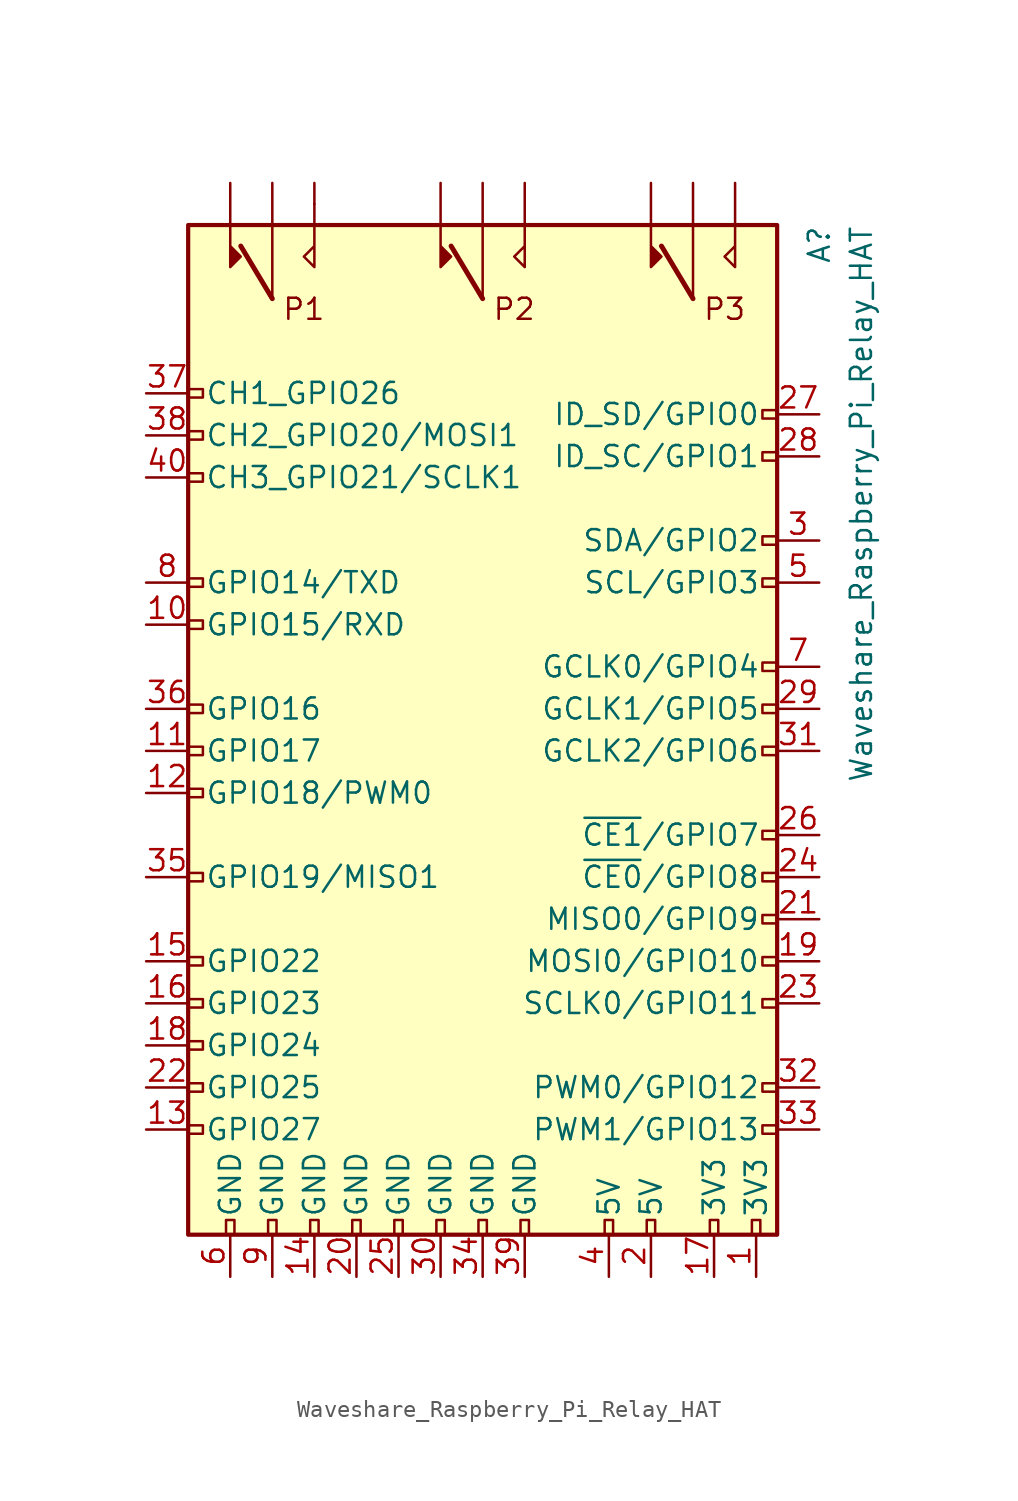
<source format=kicad_sym>
(kicad_symbol_lib
  (version 20211014)
  (generator kicad_symbol_editor)
  (symbol "Waveshare_Raspberry_Pi_Relay_HAT"
    (pin_names
      (offset 1.016))
    (property "Reference" "A"
      (at 20.32 30.48 90)
      (effects (font (size 1.27 1.27)) (justify right)))
    (property "Value" "Waveshare_Raspberry_Pi_Relay_HAT"
      (at 22.86 30.48 90)
      (effects (font (size 1.27 1.27)) (justify right)))
    (symbol "Waveshare_Raspberry_Pi_Relay_HAT_0_0"
      (text "P1" (at -10.795 25.4 0) (effects (font (size 1.27 1.27))))
      (text "P2" (at 1.905 25.4 0) (effects (font (size 1.27 1.27))))
      (text "P3" (at 14.605 25.4 0) (effects (font (size 1.27 1.27)))))
    (symbol "Waveshare_Raspberry_Pi_Relay_HAT_0_1"
      (rectangle (start -17.78 30.48) (end 17.78 -30.48) (stroke (width 0.254) (type default) (color 0 0 0 0)) (fill (type background)))
      (polyline (pts (xy -14.605 29.21) (xy -12.7 26.035)) (stroke (width 0.3) (type default) (color 0 0 0 0)) (fill (type none)))
      (polyline (pts (xy -12.7 26.035) (xy -12.7 30.48)) (stroke (width 0) (type default) (color 0 0 0 0)) (fill (type none)))
      (polyline (pts (xy -10.16 31.75) (xy -10.16 31.75)) (stroke (width 0) (type default) (color 0 0 0 0)) (fill (type none)))
      (polyline (pts (xy -1.905 29.21) (xy 0 26.035)) (stroke (width 0.3) (type default) (color 0 0 0 0)) (fill (type none)))
      (polyline (pts (xy 0 26.035) (xy 0 30.48)) (stroke (width 0) (type default) (color 0 0 0 0)) (fill (type none)))
      (polyline (pts (xy 10.795 29.21) (xy 12.7 26.035)) (stroke (width 0.3) (type default) (color 0 0 0 0)) (fill (type none)))
      (polyline (pts (xy 12.7 26.035) (xy 12.7 30.48)) (stroke (width 0) (type default) (color 0 0 0 0)) (fill (type none)))
      (polyline (pts (xy -15.24 30.48) (xy -15.24 27.94) (xy -14.605 28.575) (xy -15.24 29.21)) (stroke (width 0) (type default) (color 0 0 0 0)) (fill (type outline)))
      (polyline (pts (xy -10.16 30.48) (xy -10.16 27.94) (xy -10.795 28.575) (xy -10.16 29.21)) (stroke (width 0) (type default) (color 0 0 0 0)) (fill (type none)))
      (polyline (pts (xy -2.54 30.48) (xy -2.54 27.94) (xy -1.905 28.575) (xy -2.54 29.21)) (stroke (width 0) (type default) (color 0 0 0 0)) (fill (type outline)))
      (polyline (pts (xy 2.54 30.48) (xy 2.54 27.94) (xy 1.905 28.575) (xy 2.54 29.21)) (stroke (width 0) (type default) (color 0 0 0 0)) (fill (type none)))
      (polyline (pts (xy 10.16 30.48) (xy 10.16 27.94) (xy 10.795 28.575) (xy 10.16 29.21)) (stroke (width 0) (type default) (color 0 0 0 0)) (fill (type outline)))
      (polyline (pts (xy 15.24 30.48) (xy 15.24 27.94) (xy 14.605 28.575) (xy 15.24 29.21)) (stroke (width 0) (type default) (color 0 0 0 0)) (fill (type none))))
    (symbol "Waveshare_Raspberry_Pi_Relay_HAT_1_1"
      (rectangle (start -16.891 -23.876) (end -17.78 -24.384) (stroke (width 0) (type default) (color 0 0 0 0)) (fill (type none)))
      (rectangle (start -16.891 -21.336) (end -17.78 -21.844) (stroke (width 0) (type default) (color 0 0 0 0)) (fill (type none)))
      (rectangle (start -16.891 -18.796) (end -17.78 -19.304) (stroke (width 0) (type default) (color 0 0 0 0)) (fill (type none)))
      (rectangle (start -16.891 -16.256) (end -17.78 -16.764) (stroke (width 0) (type default) (color 0 0 0 0)) (fill (type none)))
      (rectangle (start -16.891 -13.716) (end -17.78 -14.224) (stroke (width 0) (type default) (color 0 0 0 0)) (fill (type none)))
      (rectangle (start -16.891 -8.636) (end -17.78 -9.144) (stroke (width 0) (type default) (color 0 0 0 0)) (fill (type none)))
      (rectangle (start -16.891 -3.556) (end -17.78 -4.064) (stroke (width 0) (type default) (color 0 0 0 0)) (fill (type none)))
      (rectangle (start -16.891 -1.016) (end -17.78 -1.524) (stroke (width 0) (type default) (color 0 0 0 0)) (fill (type none)))
      (rectangle (start -16.891 1.524) (end -17.78 1.016) (stroke (width 0) (type default) (color 0 0 0 0)) (fill (type none)))
      (rectangle (start -16.891 6.604) (end -17.78 6.096) (stroke (width 0) (type default) (color 0 0 0 0)) (fill (type none)))
      (rectangle (start -16.891 9.144) (end -17.78 8.636) (stroke (width 0) (type default) (color 0 0 0 0)) (fill (type none)))
      (rectangle (start -16.891 15.494) (end -17.78 14.986) (stroke (width 0) (type default) (color 0 0 0 0)) (fill (type none)))
      (rectangle (start -16.891 18.034) (end -17.78 17.526) (stroke (width 0) (type default) (color 0 0 0 0)) (fill (type none)))
      (rectangle (start -16.891 20.574) (end -17.78 20.066) (stroke (width 0) (type default) (color 0 0 0 0)) (fill (type none)))
      (rectangle (start -15.494 -29.591) (end -14.986 -30.48) (stroke (width 0) (type default) (color 0 0 0 0)) (fill (type none)))
      (rectangle (start -12.954 -29.591) (end -12.446 -30.48) (stroke (width 0) (type default) (color 0 0 0 0)) (fill (type none)))
      (rectangle (start -10.414 -29.591) (end -9.906 -30.48) (stroke (width 0) (type default) (color 0 0 0 0)) (fill (type none)))
      (rectangle (start -7.874 -29.591) (end -7.366 -30.48) (stroke (width 0) (type default) (color 0 0 0 0)) (fill (type none)))
      (rectangle (start -5.334 -29.591) (end -4.826 -30.48) (stroke (width 0) (type default) (color 0 0 0 0)) (fill (type none)))
      (rectangle (start -2.794 -29.591) (end -2.286 -30.48) (stroke (width 0) (type default) (color 0 0 0 0)) (fill (type none)))
      (rectangle (start -0.254 -29.591) (end 0.254 -30.48) (stroke (width 0) (type default) (color 0 0 0 0)) (fill (type none)))
      (rectangle (start 2.286 -29.591) (end 2.794 -30.48) (stroke (width 0) (type default) (color 0 0 0 0)) (fill (type none)))
      (rectangle (start 7.874 -30.48) (end 7.366 -29.591) (stroke (width 0) (type default) (color 0 0 0 0)) (fill (type none)))
      (rectangle (start 10.414 -30.48) (end 9.906 -29.591) (stroke (width 0) (type default) (color 0 0 0 0)) (fill (type none)))
      (rectangle (start 14.224 -30.48) (end 13.716 -29.591) (stroke (width 0) (type default) (color 0 0 0 0)) (fill (type none)))
      (rectangle (start 16.764 -30.48) (end 16.256 -29.591) (stroke (width 0) (type default) (color 0 0 0 0)) (fill (type none)))
      (rectangle (start 17.78 -23.876) (end 16.891 -24.384) (stroke (width 0) (type default) (color 0 0 0 0)) (fill (type none)))
      (rectangle (start 17.78 -21.336) (end 16.891 -21.844) (stroke (width 0) (type default) (color 0 0 0 0)) (fill (type none)))
      (rectangle (start 17.78 -16.256) (end 16.891 -16.764) (stroke (width 0) (type default) (color 0 0 0 0)) (fill (type none)))
      (rectangle (start 17.78 -13.716) (end 16.891 -14.224) (stroke (width 0) (type default) (color 0 0 0 0)) (fill (type none)))
      (rectangle (start 17.78 -11.176) (end 16.891 -11.684) (stroke (width 0) (type default) (color 0 0 0 0)) (fill (type none)))
      (rectangle (start 17.78 -8.636) (end 16.891 -9.144) (stroke (width 0) (type default) (color 0 0 0 0)) (fill (type none)))
      (rectangle (start 17.78 -6.096) (end 16.891 -6.604) (stroke (width 0) (type default) (color 0 0 0 0)) (fill (type none)))
      (rectangle (start 17.78 -1.016) (end 16.891 -1.524) (stroke (width 0) (type default) (color 0 0 0 0)) (fill (type none)))
      (rectangle (start 17.78 1.524) (end 16.891 1.016) (stroke (width 0) (type default) (color 0 0 0 0)) (fill (type none)))
      (rectangle (start 17.78 4.064) (end 16.891 3.556) (stroke (width 0) (type default) (color 0 0 0 0)) (fill (type none)))
      (rectangle (start 17.78 9.144) (end 16.891 8.636) (stroke (width 0) (type default) (color 0 0 0 0)) (fill (type none)))
      (rectangle (start 17.78 11.684) (end 16.891 11.176) (stroke (width 0) (type default) (color 0 0 0 0)) (fill (type none)))
      (rectangle (start 17.78 16.764) (end 16.891 16.256) (stroke (width 0) (type default) (color 0 0 0 0)) (fill (type none)))
      (rectangle (start 17.78 19.304) (end 16.891 18.796) (stroke (width 0) (type default) (color 0 0 0 0)) (fill (type none)))
      (pin bidirectional line (at -15.24 33.02 270) (length 2.54) (name "" (effects (font (size 1.27 1.27)))) (number "" (effects (font (size 1.27 1.27)))))
      (pin bidirectional line (at -12.7 33.02 270) (length 2.54) (name "" (effects (font (size 1.27 1.27)))) (number "" (effects (font (size 1.27 1.27)))))
      (pin bidirectional line (at -10.16 33.02 270) (length 2.54) (name "" (effects (font (size 1.27 1.27)))) (number "" (effects (font (size 1.27 1.27)))))
      (pin bidirectional line (at -2.54 33.02 270) (length 2.54) (name "" (effects (font (size 1.27 1.27)))) (number "" (effects (font (size 1.27 1.27)))))
      (pin bidirectional line (at 0 33.02 270) (length 2.54) (name "" (effects (font (size 1.27 1.27)))) (number "" (effects (font (size 1.27 1.27)))))
      (pin bidirectional line (at 2.54 33.02 270) (length 2.54) (name "" (effects (font (size 1.27 1.27)))) (number "" (effects (font (size 1.27 1.27)))))
      (pin bidirectional line (at 10.16 33.02 270) (length 2.54) (name "" (effects (font (size 1.27 1.27)))) (number "" (effects (font (size 1.27 1.27)))))
      (pin bidirectional line (at 12.7 33.02 270) (length 2.54) (name "" (effects (font (size 1.27 1.27)))) (number "" (effects (font (size 1.27 1.27)))))
      (pin bidirectional line (at 15.24 33.02 270) (length 2.54) (name "" (effects (font (size 1.27 1.27)))) (number "" (effects (font (size 1.27 1.27)))))
      (pin power_in line (at 16.51 -33.02 90) (length 2.54) (name "3V3" (effects (font (size 1.27 1.27)))) (number "1" (effects (font (size 1.27 1.27)))))
      (pin bidirectional line (at -20.32 6.35 0) (length 2.54) (name "GPIO15/RXD" (effects (font (size 1.27 1.27)))) (number "10" (effects (font (size 1.27 1.27)))))
      (pin bidirectional line (at -20.32 -1.27 0) (length 2.54) (name "GPIO17" (effects (font (size 1.27 1.27)))) (number "11" (effects (font (size 1.27 1.27)))))
      (pin bidirectional line (at -20.32 -3.81 0) (length 2.54) (name "GPIO18/PWM0" (effects (font (size 1.27 1.27)))) (number "12" (effects (font (size 1.27 1.27)))))
      (pin bidirectional line (at -20.32 -24.13 0) (length 2.54) (name "GPIO27" (effects (font (size 1.27 1.27)))) (number "13" (effects (font (size 1.27 1.27)))))
      (pin power_in line (at -10.16 -33.02 90) (length 2.54) (name "GND" (effects (font (size 1.27 1.27)))) (number "14" (effects (font (size 1.27 1.27)))))
      (pin bidirectional line (at -20.32 -13.97 0) (length 2.54) (name "GPIO22" (effects (font (size 1.27 1.27)))) (number "15" (effects (font (size 1.27 1.27)))))
      (pin bidirectional line (at -20.32 -16.51 0) (length 2.54) (name "GPIO23" (effects (font (size 1.27 1.27)))) (number "16" (effects (font (size 1.27 1.27)))))
      (pin power_in line (at 13.97 -33.02 90) (length 2.54) (name "3V3" (effects (font (size 1.27 1.27)))) (number "17" (effects (font (size 1.27 1.27)))))
      (pin bidirectional line (at -20.32 -19.05 0) (length 2.54) (name "GPIO24" (effects (font (size 1.27 1.27)))) (number "18" (effects (font (size 1.27 1.27)))))
      (pin bidirectional line (at 20.32 -13.97 180) (length 2.54) (name "MOSI0/GPIO10" (effects (font (size 1.27 1.27)))) (number "19" (effects (font (size 1.27 1.27)))))
      (pin power_in line (at 10.16 -33.02 90) (length 2.54) (name "5V" (effects (font (size 1.27 1.27)))) (number "2" (effects (font (size 1.27 1.27)))))
      (pin power_in line (at -7.62 -33.02 90) (length 2.54) (name "GND" (effects (font (size 1.27 1.27)))) (number "20" (effects (font (size 1.27 1.27)))))
      (pin bidirectional line (at 20.32 -11.43 180) (length 2.54) (name "MISO0/GPIO9" (effects (font (size 1.27 1.27)))) (number "21" (effects (font (size 1.27 1.27)))))
      (pin bidirectional line (at -20.32 -21.59 0) (length 2.54) (name "GPIO25" (effects (font (size 1.27 1.27)))) (number "22" (effects (font (size 1.27 1.27)))))
      (pin bidirectional line (at 20.32 -16.51 180) (length 2.54) (name "SCLK0/GPIO11" (effects (font (size 1.27 1.27)))) (number "23" (effects (font (size 1.27 1.27)))))
      (pin bidirectional line (at 20.32 -8.89 180) (length 2.54) (name "~{CE0}/GPIO8" (effects (font (size 1.27 1.27)))) (number "24" (effects (font (size 1.27 1.27)))))
      (pin power_in line (at -5.08 -33.02 90) (length 2.54) (name "GND" (effects (font (size 1.27 1.27)))) (number "25" (effects (font (size 1.27 1.27)))))
      (pin bidirectional line (at 20.32 -6.35 180) (length 2.54) (name "~{CE1}/GPIO7" (effects (font (size 1.27 1.27)))) (number "26" (effects (font (size 1.27 1.27)))))
      (pin bidirectional line (at 20.32 19.05 180) (length 2.54) (name "ID_SD/GPIO0" (effects (font (size 1.27 1.27)))) (number "27" (effects (font (size 1.27 1.27)))))
      (pin bidirectional line (at 20.32 16.51 180) (length 2.54) (name "ID_SC/GPIO1" (effects (font (size 1.27 1.27)))) (number "28" (effects (font (size 1.27 1.27)))))
      (pin bidirectional line (at 20.32 1.27 180) (length 2.54) (name "GCLK1/GPIO5" (effects (font (size 1.27 1.27)))) (number "29" (effects (font (size 1.27 1.27)))))
      (pin bidirectional line (at 20.32 11.43 180) (length 2.54) (name "SDA/GPIO2" (effects (font (size 1.27 1.27)))) (number "3" (effects (font (size 1.27 1.27)))))
      (pin power_in line (at -2.54 -33.02 90) (length 2.54) (name "GND" (effects (font (size 1.27 1.27)))) (number "30" (effects (font (size 1.27 1.27)))))
      (pin bidirectional line (at 20.32 -1.27 180) (length 2.54) (name "GCLK2/GPIO6" (effects (font (size 1.27 1.27)))) (number "31" (effects (font (size 1.27 1.27)))))
      (pin bidirectional line (at 20.32 -21.59 180) (length 2.54) (name "PWM0/GPIO12" (effects (font (size 1.27 1.27)))) (number "32" (effects (font (size 1.27 1.27)))))
      (pin bidirectional line (at 20.32 -24.13 180) (length 2.54) (name "PWM1/GPIO13" (effects (font (size 1.27 1.27)))) (number "33" (effects (font (size 1.27 1.27)))))
      (pin power_in line (at 0 -33.02 90) (length 2.54) (name "GND" (effects (font (size 1.27 1.27)))) (number "34" (effects (font (size 1.27 1.27)))))
      (pin bidirectional line (at -20.32 -8.89 0) (length 2.54) (name "GPIO19/MISO1" (effects (font (size 1.27 1.27)))) (number "35" (effects (font (size 1.27 1.27)))))
      (pin bidirectional line (at -20.32 1.27 0) (length 2.54) (name "GPIO16" (effects (font (size 1.27 1.27)))) (number "36" (effects (font (size 1.27 1.27)))))
      (pin bidirectional line (at -20.32 20.32 0) (length 2.54) (name "CH1_GPIO26" (effects (font (size 1.27 1.27)))) (number "37" (effects (font (size 1.27 1.27)))))
      (pin bidirectional line (at -20.32 17.78 0) (length 2.54) (name "CH2_GPIO20/MOSI1" (effects (font (size 1.27 1.27)))) (number "38" (effects (font (size 1.27 1.27)))))
      (pin power_in line (at 2.54 -33.02 90) (length 2.54) (name "GND" (effects (font (size 1.27 1.27)))) (number "39" (effects (font (size 1.27 1.27)))))
      (pin power_in line (at 7.62 -33.02 90) (length 2.54) (name "5V" (effects (font (size 1.27 1.27)))) (number "4" (effects (font (size 1.27 1.27)))))
      (pin bidirectional line (at -20.32 15.24 0) (length 2.54) (name "CH3_GPIO21/SCLK1" (effects (font (size 1.27 1.27)))) (number "40" (effects (font (size 1.27 1.27)))))
      (pin bidirectional line (at 20.32 8.89 180) (length 2.54) (name "SCL/GPIO3" (effects (font (size 1.27 1.27)))) (number "5" (effects (font (size 1.27 1.27)))))
      (pin power_in line (at -15.24 -33.02 90) (length 2.54) (name "GND" (effects (font (size 1.27 1.27)))) (number "6" (effects (font (size 1.27 1.27)))))
      (pin bidirectional line (at 20.32 3.81 180) (length 2.54) (name "GCLK0/GPIO4" (effects (font (size 1.27 1.27)))) (number "7" (effects (font (size 1.27 1.27)))))
      (pin bidirectional line (at -20.32 8.89 0) (length 2.54) (name "GPIO14/TXD" (effects (font (size 1.27 1.27)))) (number "8" (effects (font (size 1.27 1.27)))))
      (pin power_in line (at -12.7 -33.02 90) (length 2.54) (name "GND" (effects (font (size 1.27 1.27)))) (number "9" (effects (font (size 1.27 1.27))))))))
</source>
